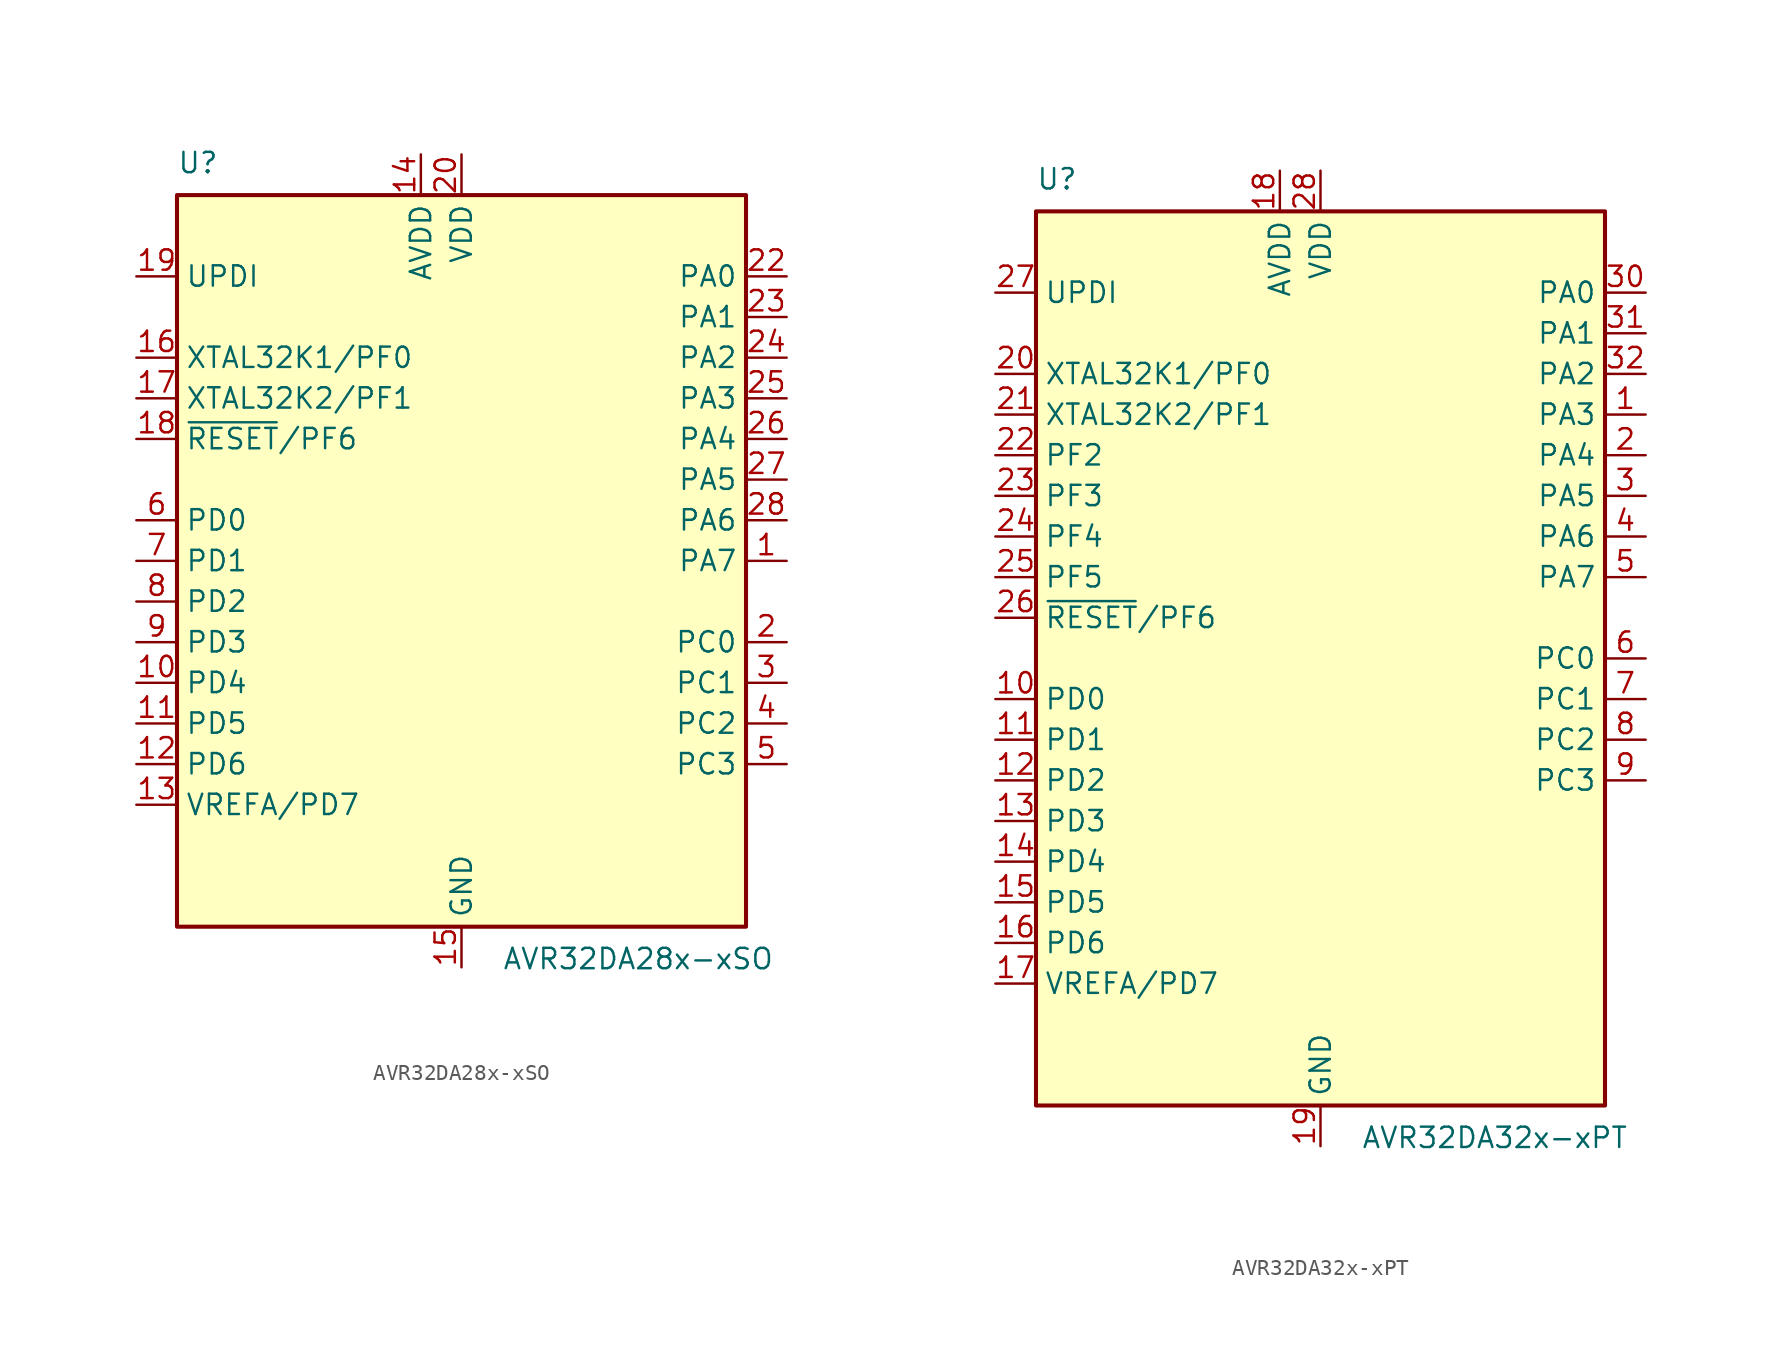
<source format=kicad_sym>
(kicad_symbol_lib
  (version 20211014)
  (generator kicad_symbol_editor)
  (symbol "AVR32DA28x-xSO"
    (property "Reference" "U"
      (at -17.78 24.13 0)
      (effects (font (size 1.27 1.27)) (justify left bottom)))
    (property "Value" "AVR32DA28x-xSO"
      (at 2.54 -24.13 0)
      (effects (font (size 1.27 1.27)) (justify left top)))
    (symbol "AVR32DA28x-xSO_0_1"
      (rectangle (start -17.78 22.86) (end 17.78 -22.86) (stroke (width 0.254) (type default) (color 0 0 0 0)) (fill (type background))))
    (symbol "AVR32DA28x-xSO_1_1"
      (pin bidirectional line (at 20.32 17.78 180) (length 2.54) (name "PA0" (effects (font (size 1.27 1.27)))) (number "22" (effects (font (size 1.27 1.27)))))
      (pin bidirectional line (at 20.32 15.24 180) (length 2.54) (name "PA1" (effects (font (size 1.27 1.27)))) (number "23" (effects (font (size 1.27 1.27)))))
      (pin bidirectional line (at 20.32 12.70 180) (length 2.54) (name "PA2" (effects (font (size 1.27 1.27)))) (number "24" (effects (font (size 1.27 1.27)))))
      (pin bidirectional line (at 20.32 10.16 180) (length 2.54) (name "PA3" (effects (font (size 1.27 1.27)))) (number "25" (effects (font (size 1.27 1.27)))))
      (pin bidirectional line (at 20.32 7.62 180) (length 2.54) (name "PA4" (effects (font (size 1.27 1.27)))) (number "26" (effects (font (size 1.27 1.27)))))
      (pin bidirectional line (at 20.32 5.08 180) (length 2.54) (name "PA5" (effects (font (size 1.27 1.27)))) (number "27" (effects (font (size 1.27 1.27)))))
      (pin bidirectional line (at 20.32 2.54 180) (length 2.54) (name "PA6" (effects (font (size 1.27 1.27)))) (number "28" (effects (font (size 1.27 1.27)))))
      (pin bidirectional line (at 20.32 0.00 180) (length 2.54) (name "PA7" (effects (font (size 1.27 1.27)))) (number "1" (effects (font (size 1.27 1.27)))))
      (pin bidirectional line (at 20.32 -5.08 180) (length 2.54) (name "PC0" (effects (font (size 1.27 1.27)))) (number "2" (effects (font (size 1.27 1.27)))))
      (pin bidirectional line (at 20.32 -7.62 180) (length 2.54) (name "PC1" (effects (font (size 1.27 1.27)))) (number "3" (effects (font (size 1.27 1.27)))))
      (pin bidirectional line (at 20.32 -10.16 180) (length 2.54) (name "PC2" (effects (font (size 1.27 1.27)))) (number "4" (effects (font (size 1.27 1.27)))))
      (pin bidirectional line (at 20.32 -12.70 180) (length 2.54) (name "PC3" (effects (font (size 1.27 1.27)))) (number "5" (effects (font (size 1.27 1.27)))))
      (pin input line (at -20.32 17.78 0) (length 2.54) (name "UPDI" (effects (font (size 1.27 1.27)))) (number "19" (effects (font (size 1.27 1.27)))))
      (pin bidirectional line (at -20.32 12.70 0) (length 2.54) (name "XTAL32K1/PF0" (effects (font (size 1.27 1.27)))) (number "16" (effects (font (size 1.27 1.27)))))
      (pin bidirectional line (at -20.32 10.16 0) (length 2.54) (name "XTAL32K2/PF1" (effects (font (size 1.27 1.27)))) (number "17" (effects (font (size 1.27 1.27)))))
      (pin bidirectional line (at -20.32 7.62 0) (length 2.54) (name "~{RESET}/PF6" (effects (font (size 1.27 1.27)))) (number "18" (effects (font (size 1.27 1.27)))))
      (pin bidirectional line (at -20.32 2.54 0) (length 2.54) (name "PD0" (effects (font (size 1.27 1.27)))) (number "6" (effects (font (size 1.27 1.27)))))
      (pin bidirectional line (at -20.32 0.00 0) (length 2.54) (name "PD1" (effects (font (size 1.27 1.27)))) (number "7" (effects (font (size 1.27 1.27)))))
      (pin bidirectional line (at -20.32 -2.54 0) (length 2.54) (name "PD2" (effects (font (size 1.27 1.27)))) (number "8" (effects (font (size 1.27 1.27)))))
      (pin bidirectional line (at -20.32 -5.08 0) (length 2.54) (name "PD3" (effects (font (size 1.27 1.27)))) (number "9" (effects (font (size 1.27 1.27)))))
      (pin bidirectional line (at -20.32 -7.62 0) (length 2.54) (name "PD4" (effects (font (size 1.27 1.27)))) (number "10" (effects (font (size 1.27 1.27)))))
      (pin bidirectional line (at -20.32 -10.16 0) (length 2.54) (name "PD5" (effects (font (size 1.27 1.27)))) (number "11" (effects (font (size 1.27 1.27)))))
      (pin bidirectional line (at -20.32 -12.70 0) (length 2.54) (name "PD6" (effects (font (size 1.27 1.27)))) (number "12" (effects (font (size 1.27 1.27)))))
      (pin bidirectional line (at -20.32 -15.24 0) (length 2.54) (name "VREFA/PD7" (effects (font (size 1.27 1.27)))) (number "13" (effects (font (size 1.27 1.27)))))
      (pin power_in line (at -2.54 25.40 270) (length 2.54) (name "AVDD" (effects (font (size 1.27 1.27)))) (number "14" (effects (font (size 1.27 1.27)))))
      (pin power_in line (at 0.00 25.40 270) (length 2.54) (name "VDD" (effects (font (size 1.27 1.27)))) (number "20" (effects (font (size 1.27 1.27)))))
      (pin power_in line (at 0.00 -25.40 90) (length 2.54) (name "GND" (effects (font (size 1.27 1.27)))) (number "15" (effects (font (size 1.27 1.27)))))
      (pin passive line (at 0.00 -25.40 90) (length 2.54) hide (name "GND" (effects (font (size 1.27 1.27)))) (number "21" (effects (font (size 1.27 1.27)))))))
  (symbol "AVR32DA32x-xPT"
    (property "Reference" "U"
      (at -17.78 29.21 0)
      (effects (font (size 1.27 1.27)) (justify left bottom)))
    (property "Value" "AVR32DA32x-xPT"
      (at 2.54 -29.21 0)
      (effects (font (size 1.27 1.27)) (justify left top)))
    (symbol "AVR32DA32x-xPT_0_1"
      (rectangle (start -17.78 27.94) (end 17.78 -27.94) (stroke (width 0.254) (type default) (color 0 0 0 0)) (fill (type background))))
    (symbol "AVR32DA32x-xPT_1_1"
      (pin bidirectional line (at 20.32 22.86 180) (length 2.54) (name "PA0" (effects (font (size 1.27 1.27)))) (number "30" (effects (font (size 1.27 1.27)))))
      (pin bidirectional line (at 20.32 20.32 180) (length 2.54) (name "PA1" (effects (font (size 1.27 1.27)))) (number "31" (effects (font (size 1.27 1.27)))))
      (pin bidirectional line (at 20.32 17.78 180) (length 2.54) (name "PA2" (effects (font (size 1.27 1.27)))) (number "32" (effects (font (size 1.27 1.27)))))
      (pin bidirectional line (at 20.32 15.24 180) (length 2.54) (name "PA3" (effects (font (size 1.27 1.27)))) (number "1" (effects (font (size 1.27 1.27)))))
      (pin bidirectional line (at 20.32 12.70 180) (length 2.54) (name "PA4" (effects (font (size 1.27 1.27)))) (number "2" (effects (font (size 1.27 1.27)))))
      (pin bidirectional line (at 20.32 10.16 180) (length 2.54) (name "PA5" (effects (font (size 1.27 1.27)))) (number "3" (effects (font (size 1.27 1.27)))))
      (pin bidirectional line (at 20.32 7.62 180) (length 2.54) (name "PA6" (effects (font (size 1.27 1.27)))) (number "4" (effects (font (size 1.27 1.27)))))
      (pin bidirectional line (at 20.32 5.08 180) (length 2.54) (name "PA7" (effects (font (size 1.27 1.27)))) (number "5" (effects (font (size 1.27 1.27)))))
      (pin bidirectional line (at 20.32 0.00 180) (length 2.54) (name "PC0" (effects (font (size 1.27 1.27)))) (number "6" (effects (font (size 1.27 1.27)))))
      (pin bidirectional line (at 20.32 -2.54 180) (length 2.54) (name "PC1" (effects (font (size 1.27 1.27)))) (number "7" (effects (font (size 1.27 1.27)))))
      (pin bidirectional line (at 20.32 -5.08 180) (length 2.54) (name "PC2" (effects (font (size 1.27 1.27)))) (number "8" (effects (font (size 1.27 1.27)))))
      (pin bidirectional line (at 20.32 -7.62 180) (length 2.54) (name "PC3" (effects (font (size 1.27 1.27)))) (number "9" (effects (font (size 1.27 1.27)))))
      (pin input line (at -20.32 22.86 0) (length 2.54) (name "UPDI" (effects (font (size 1.27 1.27)))) (number "27" (effects (font (size 1.27 1.27)))))
      (pin bidirectional line (at -20.32 17.78 0) (length 2.54) (name "XTAL32K1/PF0" (effects (font (size 1.27 1.27)))) (number "20" (effects (font (size 1.27 1.27)))))
      (pin bidirectional line (at -20.32 15.24 0) (length 2.54) (name "XTAL32K2/PF1" (effects (font (size 1.27 1.27)))) (number "21" (effects (font (size 1.27 1.27)))))
      (pin bidirectional line (at -20.32 12.70 0) (length 2.54) (name "PF2" (effects (font (size 1.27 1.27)))) (number "22" (effects (font (size 1.27 1.27)))))
      (pin bidirectional line (at -20.32 10.16 0) (length 2.54) (name "PF3" (effects (font (size 1.27 1.27)))) (number "23" (effects (font (size 1.27 1.27)))))
      (pin bidirectional line (at -20.32 7.62 0) (length 2.54) (name "PF4" (effects (font (size 1.27 1.27)))) (number "24" (effects (font (size 1.27 1.27)))))
      (pin bidirectional line (at -20.32 5.08 0) (length 2.54) (name "PF5" (effects (font (size 1.27 1.27)))) (number "25" (effects (font (size 1.27 1.27)))))
      (pin bidirectional line (at -20.32 2.54 0) (length 2.54) (name "~{RESET}/PF6" (effects (font (size 1.27 1.27)))) (number "26" (effects (font (size 1.27 1.27)))))
      (pin bidirectional line (at -20.32 -2.54 0) (length 2.54) (name "PD0" (effects (font (size 1.27 1.27)))) (number "10" (effects (font (size 1.27 1.27)))))
      (pin bidirectional line (at -20.32 -5.08 0) (length 2.54) (name "PD1" (effects (font (size 1.27 1.27)))) (number "11" (effects (font (size 1.27 1.27)))))
      (pin bidirectional line (at -20.32 -7.62 0) (length 2.54) (name "PD2" (effects (font (size 1.27 1.27)))) (number "12" (effects (font (size 1.27 1.27)))))
      (pin bidirectional line (at -20.32 -10.16 0) (length 2.54) (name "PD3" (effects (font (size 1.27 1.27)))) (number "13" (effects (font (size 1.27 1.27)))))
      (pin bidirectional line (at -20.32 -12.70 0) (length 2.54) (name "PD4" (effects (font (size 1.27 1.27)))) (number "14" (effects (font (size 1.27 1.27)))))
      (pin bidirectional line (at -20.32 -15.24 0) (length 2.54) (name "PD5" (effects (font (size 1.27 1.27)))) (number "15" (effects (font (size 1.27 1.27)))))
      (pin bidirectional line (at -20.32 -17.78 0) (length 2.54) (name "PD6" (effects (font (size 1.27 1.27)))) (number "16" (effects (font (size 1.27 1.27)))))
      (pin bidirectional line (at -20.32 -20.32 0) (length 2.54) (name "VREFA/PD7" (effects (font (size 1.27 1.27)))) (number "17" (effects (font (size 1.27 1.27)))))
      (pin power_in line (at -2.54 30.48 270) (length 2.54) (name "AVDD" (effects (font (size 1.27 1.27)))) (number "18" (effects (font (size 1.27 1.27)))))
      (pin power_in line (at 0.00 30.48 270) (length 2.54) (name "VDD" (effects (font (size 1.27 1.27)))) (number "28" (effects (font (size 1.27 1.27)))))
      (pin power_in line (at 0.00 -30.48 90) (length 2.54) (name "GND" (effects (font (size 1.27 1.27)))) (number "19" (effects (font (size 1.27 1.27)))))
      (pin passive line (at 0.00 -30.48 90) (length 2.54) hide (name "GND" (effects (font (size 1.27 1.27)))) (number "29" (effects (font (size 1.27 1.27))))))))
</source>
